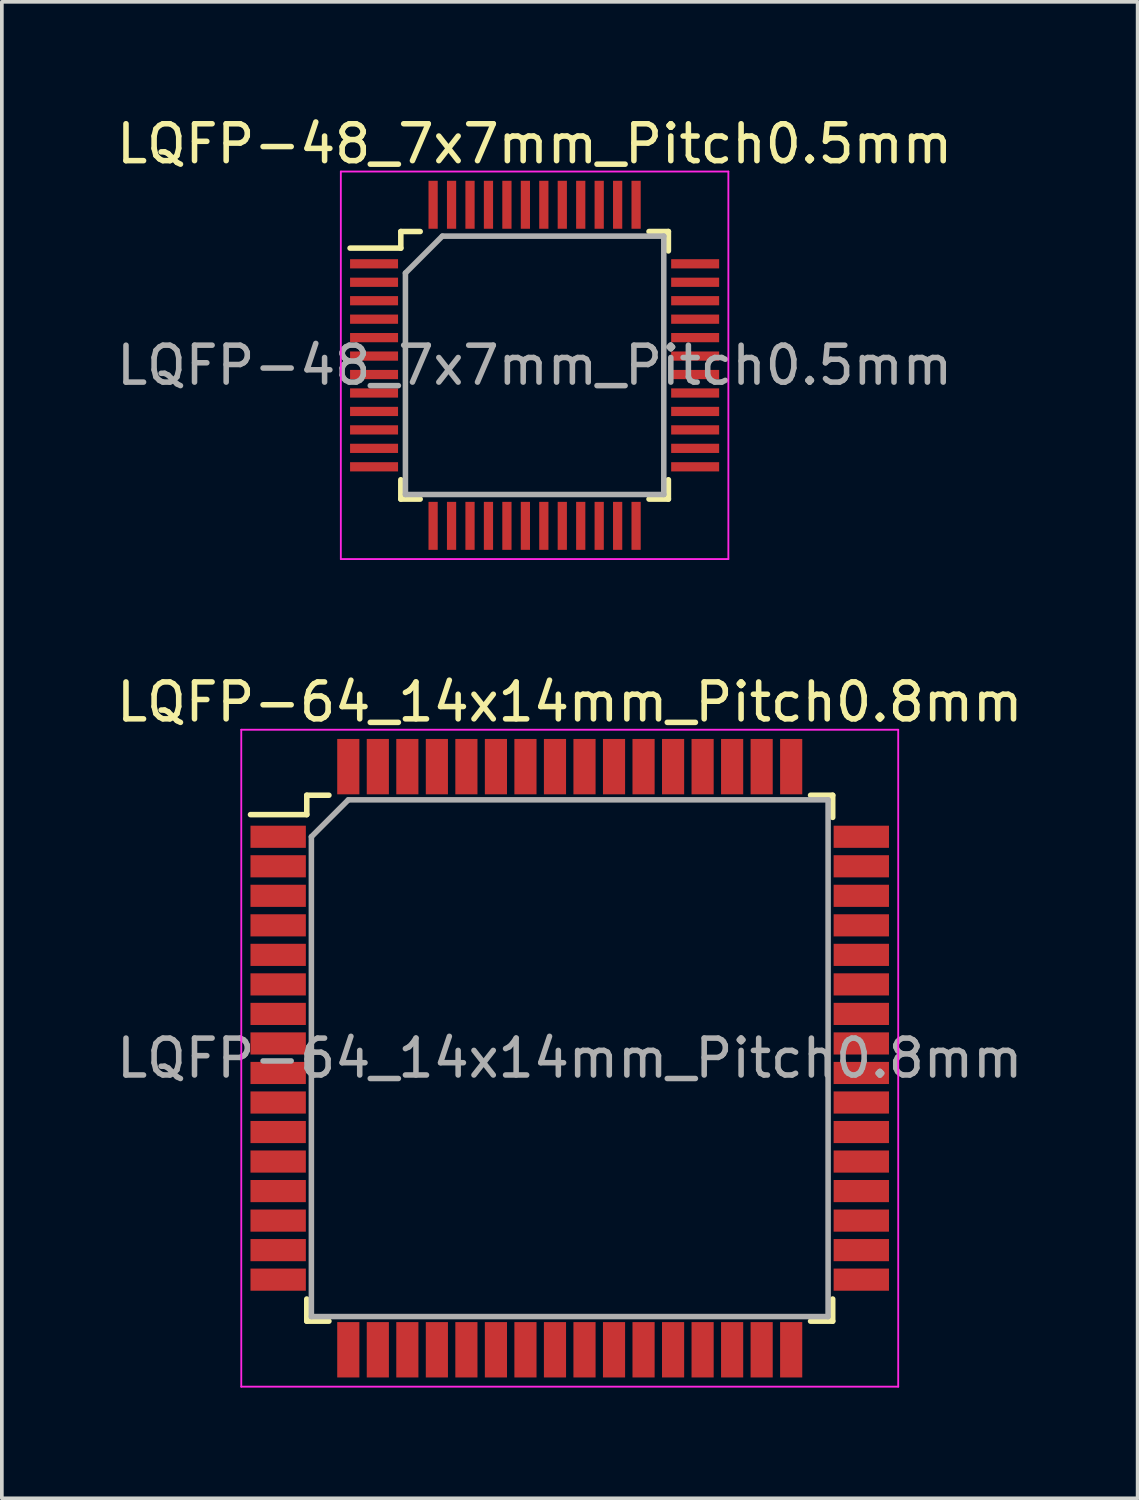
<source format=kicad_pcb>
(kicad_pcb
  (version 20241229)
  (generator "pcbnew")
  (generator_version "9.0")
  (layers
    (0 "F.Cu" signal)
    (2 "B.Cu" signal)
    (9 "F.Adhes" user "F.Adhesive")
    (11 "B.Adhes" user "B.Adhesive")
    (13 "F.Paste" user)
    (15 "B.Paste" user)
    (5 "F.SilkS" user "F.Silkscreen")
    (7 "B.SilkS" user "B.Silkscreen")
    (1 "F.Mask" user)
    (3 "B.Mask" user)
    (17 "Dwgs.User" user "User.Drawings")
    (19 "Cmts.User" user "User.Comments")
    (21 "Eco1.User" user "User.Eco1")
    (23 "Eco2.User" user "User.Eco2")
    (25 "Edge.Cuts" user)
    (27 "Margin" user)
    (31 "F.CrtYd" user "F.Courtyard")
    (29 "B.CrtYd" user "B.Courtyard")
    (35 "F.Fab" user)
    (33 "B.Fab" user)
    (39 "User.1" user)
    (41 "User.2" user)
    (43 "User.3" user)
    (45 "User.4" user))
  (footprint "LQFP-48_7x7mm_Pitch0.5mm"
    (layer "F.Cu")
    (at 11.435 6.848)
    (property "Reference" "LQFP-48_7x7mm_Pitch0.5mm" (at 0 -6 0) (layer "F.SilkS") (effects (font (size 1 1) (thickness 0.15))))
    (attr smd)
    (fp_line (start -3.625 -3.625) (end -3.625 -3.175) (stroke (width 0.15) (type solid)) (layer "F.SilkS"))
    (fp_line (start -3.625 -3.625) (end -3.1 -3.625) (stroke (width 0.15) (type solid)) (layer "F.SilkS"))
    (fp_line (start -3.625 -3.175) (end -5 -3.175) (stroke (width 0.15) (type solid)) (layer "F.SilkS"))
    (fp_line (start -3.625 3.625) (end -3.625 3.1) (stroke (width 0.15) (type solid)) (layer "F.SilkS"))
    (fp_line (start -3.625 3.625) (end -3.1 3.625) (stroke (width 0.15) (type solid)) (layer "F.SilkS"))
    (fp_line (start 3.625 -3.625) (end 3.1 -3.625) (stroke (width 0.15) (type solid)) (layer "F.SilkS"))
    (fp_line (start 3.625 -3.625) (end 3.625 -3.1) (stroke (width 0.15) (type solid)) (layer "F.SilkS"))
    (fp_line (start 3.625 3.625) (end 3.1 3.625) (stroke (width 0.15) (type solid)) (layer "F.SilkS"))
    (fp_line (start 3.625 3.625) (end 3.625 3.1) (stroke (width 0.15) (type solid)) (layer "F.SilkS"))
    (fp_line (start -5.25 -5.25) (end -5.25 5.25) (stroke (width 0.05) (type solid)) (layer "F.CrtYd"))
    (fp_line (start -5.25 -5.25) (end 5.25 -5.25) (stroke (width 0.05) (type solid)) (layer "F.CrtYd"))
    (fp_line (start -5.25 5.25) (end 5.25 5.25) (stroke (width 0.05) (type solid)) (layer "F.CrtYd"))
    (fp_line (start 5.25 -5.25) (end 5.25 5.25) (stroke (width 0.05) (type solid)) (layer "F.CrtYd"))
    (fp_line (start -3.5 -2.5) (end -2.5 -3.5) (stroke (width 0.15) (type solid)) (layer "F.Fab"))
    (fp_line (start -3.5 3.5) (end -3.5 -2.5) (stroke (width 0.15) (type solid)) (layer "F.Fab"))
    (fp_line (start -2.5 -3.5) (end 3.5 -3.5) (stroke (width 0.15) (type solid)) (layer "F.Fab"))
    (fp_line (start 3.5 -3.5) (end 3.5 3.5) (stroke (width 0.15) (type solid)) (layer "F.Fab"))
    (fp_line (start 3.5 3.5) (end -3.5 3.5) (stroke (width 0.15) (type solid)) (layer "F.Fab"))
    (fp_text user "${REFERENCE}" (at 0 0 0) (layer "F.Fab") (effects (font (size 1 1) (thickness 0.15))))
    (pad "1" smd rect (at -4.35 -2.75) (size 1.3 0.25) (layers "F.Cu" "F.Mask" "F.Paste"))
    (pad "2" smd rect (at -4.35 -2.25) (size 1.3 0.25) (layers "F.Cu" "F.Mask" "F.Paste"))
    (pad "3" smd rect (at -4.35 -1.75) (size 1.3 0.25) (layers "F.Cu" "F.Mask" "F.Paste"))
    (pad "4" smd rect (at -4.35 -1.25) (size 1.3 0.25) (layers "F.Cu" "F.Mask" "F.Paste"))
    (pad "5" smd rect (at -4.35 -0.75) (size 1.3 0.25) (layers "F.Cu" "F.Mask" "F.Paste"))
    (pad "6" smd rect (at -4.35 -0.25) (size 1.3 0.25) (layers "F.Cu" "F.Mask" "F.Paste"))
    (pad "7" smd rect (at -4.35 0.25) (size 1.3 0.25) (layers "F.Cu" "F.Mask" "F.Paste"))
    (pad "8" smd rect (at -4.35 0.75) (size 1.3 0.25) (layers "F.Cu" "F.Mask" "F.Paste"))
    (pad "9" smd rect (at -4.35 1.25) (size 1.3 0.25) (layers "F.Cu" "F.Mask" "F.Paste"))
    (pad "10" smd rect (at -4.35 1.75) (size 1.3 0.25) (layers "F.Cu" "F.Mask" "F.Paste"))
    (pad "11" smd rect (at -4.35 2.25) (size 1.3 0.25) (layers "F.Cu" "F.Mask" "F.Paste"))
    (pad "12" smd rect (at -4.35 2.75) (size 1.3 0.25) (layers "F.Cu" "F.Mask" "F.Paste"))
    (pad "13" smd rect (at -2.75 4.35 90) (size 1.3 0.25) (layers "F.Cu" "F.Mask" "F.Paste"))
    (pad "14" smd rect (at -2.25 4.35 90) (size 1.3 0.25) (layers "F.Cu" "F.Mask" "F.Paste"))
    (pad "15" smd rect (at -1.75 4.35 90) (size 1.3 0.25) (layers "F.Cu" "F.Mask" "F.Paste"))
    (pad "16" smd rect (at -1.25 4.35 90) (size 1.3 0.25) (layers "F.Cu" "F.Mask" "F.Paste"))
    (pad "17" smd rect (at -0.75 4.35 90) (size 1.3 0.25) (layers "F.Cu" "F.Mask" "F.Paste"))
    (pad "18" smd rect (at -0.25 4.35 90) (size 1.3 0.25) (layers "F.Cu" "F.Mask" "F.Paste"))
    (pad "19" smd rect (at 0.25 4.35 90) (size 1.3 0.25) (layers "F.Cu" "F.Mask" "F.Paste"))
    (pad "20" smd rect (at 0.75 4.35 90) (size 1.3 0.25) (layers "F.Cu" "F.Mask" "F.Paste"))
    (pad "21" smd rect (at 1.25 4.35 90) (size 1.3 0.25) (layers "F.Cu" "F.Mask" "F.Paste"))
    (pad "22" smd rect (at 1.75 4.35 90) (size 1.3 0.25) (layers "F.Cu" "F.Mask" "F.Paste"))
    (pad "23" smd rect (at 2.25 4.35 90) (size 1.3 0.25) (layers "F.Cu" "F.Mask" "F.Paste"))
    (pad "24" smd rect (at 2.75 4.35 90) (size 1.3 0.25) (layers "F.Cu" "F.Mask" "F.Paste"))
    (pad "25" smd rect (at 4.35 2.75) (size 1.3 0.25) (layers "F.Cu" "F.Mask" "F.Paste"))
    (pad "26" smd rect (at 4.35 2.25) (size 1.3 0.25) (layers "F.Cu" "F.Mask" "F.Paste"))
    (pad "27" smd rect (at 4.35 1.75) (size 1.3 0.25) (layers "F.Cu" "F.Mask" "F.Paste"))
    (pad "28" smd rect (at 4.35 1.25) (size 1.3 0.25) (layers "F.Cu" "F.Mask" "F.Paste"))
    (pad "29" smd rect (at 4.35 0.75) (size 1.3 0.25) (layers "F.Cu" "F.Mask" "F.Paste"))
    (pad "30" smd rect (at 4.35 0.25) (size 1.3 0.25) (layers "F.Cu" "F.Mask" "F.Paste"))
    (pad "31" smd rect (at 4.35 -0.25) (size 1.3 0.25) (layers "F.Cu" "F.Mask" "F.Paste"))
    (pad "32" smd rect (at 4.35 -0.75) (size 1.3 0.25) (layers "F.Cu" "F.Mask" "F.Paste"))
    (pad "33" smd rect (at 4.35 -1.25) (size 1.3 0.25) (layers "F.Cu" "F.Mask" "F.Paste"))
    (pad "34" smd rect (at 4.35 -1.75) (size 1.3 0.25) (layers "F.Cu" "F.Mask" "F.Paste"))
    (pad "35" smd rect (at 4.35 -2.25) (size 1.3 0.25) (layers "F.Cu" "F.Mask" "F.Paste"))
    (pad "36" smd rect (at 4.35 -2.75) (size 1.3 0.25) (layers "F.Cu" "F.Mask" "F.Paste"))
    (pad "37" smd rect (at 2.75 -4.35 90) (size 1.3 0.25) (layers "F.Cu" "F.Mask" "F.Paste"))
    (pad "38" smd rect (at 2.25 -4.35 90) (size 1.3 0.25) (layers "F.Cu" "F.Mask" "F.Paste"))
    (pad "39" smd rect (at 1.75 -4.35 90) (size 1.3 0.25) (layers "F.Cu" "F.Mask" "F.Paste"))
    (pad "40" smd rect (at 1.25 -4.35 90) (size 1.3 0.25) (layers "F.Cu" "F.Mask" "F.Paste"))
    (pad "41" smd rect (at 0.75 -4.35 90) (size 1.3 0.25) (layers "F.Cu" "F.Mask" "F.Paste"))
    (pad "42" smd rect (at 0.25 -4.35 90) (size 1.3 0.25) (layers "F.Cu" "F.Mask" "F.Paste"))
    (pad "43" smd rect (at -0.25 -4.35 90) (size 1.3 0.25) (layers "F.Cu" "F.Mask" "F.Paste"))
    (pad "44" smd rect (at -0.75 -4.35 90) (size 1.3 0.25) (layers "F.Cu" "F.Mask" "F.Paste"))
    (pad "45" smd rect (at -1.25 -4.35 90) (size 1.3 0.25) (layers "F.Cu" "F.Mask" "F.Paste"))
    (pad "46" smd rect (at -1.75 -4.35 90) (size 1.3 0.25) (layers "F.Cu" "F.Mask" "F.Paste"))
    (pad "47" smd rect (at -2.25 -4.35 90) (size 1.3 0.25) (layers "F.Cu" "F.Mask" "F.Paste"))
    (pad "48" smd rect (at -2.75 -4.35 90) (size 1.3 0.25) (layers "F.Cu" "F.Mask" "F.Paste")))
  (footprint "LQFP-64_14x14mm_Pitch0.8mm"
    (layer "F.Cu")
    (at 12.387 25.622)
    (property "Reference" "LQFP-64_14x14mm_Pitch0.8mm" (at 0 -9.65 0) (layer "F.SilkS") (effects (font (size 1 1) (thickness 0.15))))
    (attr smd)
    (fp_line (start -7.125 -7.125) (end -7.125 -6.6) (stroke (width 0.15) (type solid)) (layer "F.SilkS"))
    (fp_line (start -7.125 -7.125) (end -6.525 -7.125) (stroke (width 0.15) (type solid)) (layer "F.SilkS"))
    (fp_line (start -7.125 -6.6) (end -8.65 -6.6) (stroke (width 0.15) (type solid)) (layer "F.SilkS"))
    (fp_line (start -7.125 7.125) (end -7.125 6.525) (stroke (width 0.15) (type solid)) (layer "F.SilkS"))
    (fp_line (start -7.125 7.125) (end -6.525 7.125) (stroke (width 0.15) (type solid)) (layer "F.SilkS"))
    (fp_line (start 7.125 -7.125) (end 6.525 -7.125) (stroke (width 0.15) (type solid)) (layer "F.SilkS"))
    (fp_line (start 7.125 -7.125) (end 7.125 -6.525) (stroke (width 0.15) (type solid)) (layer "F.SilkS"))
    (fp_line (start 7.125 7.125) (end 6.525 7.125) (stroke (width 0.15) (type solid)) (layer "F.SilkS"))
    (fp_line (start 7.125 7.125) (end 7.125 6.525) (stroke (width 0.15) (type solid)) (layer "F.SilkS"))
    (fp_line (start -8.9 -8.9) (end -8.9 8.9) (stroke (width 0.05) (type solid)) (layer "F.CrtYd"))
    (fp_line (start -8.9 -8.9) (end 8.9 -8.9) (stroke (width 0.05) (type solid)) (layer "F.CrtYd"))
    (fp_line (start -8.9 8.9) (end 8.9 8.9) (stroke (width 0.05) (type solid)) (layer "F.CrtYd"))
    (fp_line (start 8.9 -8.9) (end 8.9 8.9) (stroke (width 0.05) (type solid)) (layer "F.CrtYd"))
    (fp_line (start -7 -6) (end -6 -7) (stroke (width 0.15) (type solid)) (layer "F.Fab"))
    (fp_line (start -7 7) (end -7 -6) (stroke (width 0.15) (type solid)) (layer "F.Fab"))
    (fp_line (start -6 -7) (end 7 -7) (stroke (width 0.15) (type solid)) (layer "F.Fab"))
    (fp_line (start 7 -7) (end 7 7) (stroke (width 0.15) (type solid)) (layer "F.Fab"))
    (fp_line (start 7 7) (end -7 7) (stroke (width 0.15) (type solid)) (layer "F.Fab"))
    (fp_text user "${REFERENCE}" (at 0 0 0) (layer "F.Fab") (effects (font (size 1 1) (thickness 0.15))))
    (pad "1" smd rect (at -7.9 -6) (size 1.5 0.6) (layers "F.Cu" "F.Mask" "F.Paste"))
    (pad "2" smd rect (at -7.9 -5.2) (size 1.5 0.6) (layers "F.Cu" "F.Mask" "F.Paste"))
    (pad "3" smd rect (at -7.9 -4.4) (size 1.5 0.6) (layers "F.Cu" "F.Mask" "F.Paste"))
    (pad "4" smd rect (at -7.9 -3.6) (size 1.5 0.6) (layers "F.Cu" "F.Mask" "F.Paste"))
    (pad "5" smd rect (at -7.9 -2.8) (size 1.5 0.6) (layers "F.Cu" "F.Mask" "F.Paste"))
    (pad "6" smd rect (at -7.9 -2) (size 1.5 0.6) (layers "F.Cu" "F.Mask" "F.Paste"))
    (pad "7" smd rect (at -7.9 -1.2) (size 1.5 0.6) (layers "F.Cu" "F.Mask" "F.Paste"))
    (pad "8" smd rect (at -7.9 -0.4) (size 1.5 0.6) (layers "F.Cu" "F.Mask" "F.Paste"))
    (pad "9" smd rect (at -7.9 0.4) (size 1.5 0.6) (layers "F.Cu" "F.Mask" "F.Paste"))
    (pad "10" smd rect (at -7.9 1.2) (size 1.5 0.6) (layers "F.Cu" "F.Mask" "F.Paste"))
    (pad "11" smd rect (at -7.9 2) (size 1.5 0.6) (layers "F.Cu" "F.Mask" "F.Paste"))
    (pad "12" smd rect (at -7.9 2.8) (size 1.5 0.6) (layers "F.Cu" "F.Mask" "F.Paste"))
    (pad "13" smd rect (at -7.9 3.6) (size 1.5 0.6) (layers "F.Cu" "F.Mask" "F.Paste"))
    (pad "14" smd rect (at -7.9 4.4) (size 1.5 0.6) (layers "F.Cu" "F.Mask" "F.Paste"))
    (pad "15" smd rect (at -7.9 5.2) (size 1.5 0.6) (layers "F.Cu" "F.Mask" "F.Paste"))
    (pad "16" smd rect (at -7.9 6) (size 1.5 0.6) (layers "F.Cu" "F.Mask" "F.Paste"))
    (pad "17" smd rect (at -6 7.9 90) (size 1.5 0.6) (layers "F.Cu" "F.Mask" "F.Paste"))
    (pad "18" smd rect (at -5.2 7.9 90) (size 1.5 0.6) (layers "F.Cu" "F.Mask" "F.Paste"))
    (pad "19" smd rect (at -4.4 7.9 90) (size 1.5 0.6) (layers "F.Cu" "F.Mask" "F.Paste"))
    (pad "20" smd rect (at -3.6 7.9 90) (size 1.5 0.6) (layers "F.Cu" "F.Mask" "F.Paste"))
    (pad "21" smd rect (at -2.8 7.9 90) (size 1.5 0.6) (layers "F.Cu" "F.Mask" "F.Paste"))
    (pad "22" smd rect (at -2 7.9 90) (size 1.5 0.6) (layers "F.Cu" "F.Mask" "F.Paste"))
    (pad "23" smd rect (at -1.2 7.9 90) (size 1.5 0.6) (layers "F.Cu" "F.Mask" "F.Paste"))
    (pad "24" smd rect (at -0.4 7.9 90) (size 1.5 0.6) (layers "F.Cu" "F.Mask" "F.Paste"))
    (pad "25" smd rect (at 0.4 7.9 90) (size 1.5 0.6) (layers "F.Cu" "F.Mask" "F.Paste"))
    (pad "26" smd rect (at 1.2 7.9 90) (size 1.5 0.6) (layers "F.Cu" "F.Mask" "F.Paste"))
    (pad "27" smd rect (at 2 7.9 90) (size 1.5 0.6) (layers "F.Cu" "F.Mask" "F.Paste"))
    (pad "28" smd rect (at 2.8 7.9 90) (size 1.5 0.6) (layers "F.Cu" "F.Mask" "F.Paste"))
    (pad "29" smd rect (at 3.6 7.9 90) (size 1.5 0.6) (layers "F.Cu" "F.Mask" "F.Paste"))
    (pad "30" smd rect (at 4.4 7.9 90) (size 1.5 0.6) (layers "F.Cu" "F.Mask" "F.Paste"))
    (pad "31" smd rect (at 5.2 7.9 90) (size 1.5 0.6) (layers "F.Cu" "F.Mask" "F.Paste"))
    (pad "32" smd rect (at 6 7.9 90) (size 1.5 0.6) (layers "F.Cu" "F.Mask" "F.Paste"))
    (pad "33" smd rect (at 7.9 6) (size 1.5 0.6) (layers "F.Cu" "F.Mask" "F.Paste"))
    (pad "34" smd rect (at 7.9 5.2) (size 1.5 0.6) (layers "F.Cu" "F.Mask" "F.Paste"))
    (pad "35" smd rect (at 7.9 4.4) (size 1.5 0.6) (layers "F.Cu" "F.Mask" "F.Paste"))
    (pad "36" smd rect (at 7.9 3.6) (size 1.5 0.6) (layers "F.Cu" "F.Mask" "F.Paste"))
    (pad "37" smd rect (at 7.9 2.8) (size 1.5 0.6) (layers "F.Cu" "F.Mask" "F.Paste"))
    (pad "38" smd rect (at 7.9 2) (size 1.5 0.6) (layers "F.Cu" "F.Mask" "F.Paste"))
    (pad "39" smd rect (at 7.9 1.2) (size 1.5 0.6) (layers "F.Cu" "F.Mask" "F.Paste"))
    (pad "40" smd rect (at 7.9 0.4) (size 1.5 0.6) (layers "F.Cu" "F.Mask" "F.Paste"))
    (pad "41" smd rect (at 7.9 -0.4) (size 1.5 0.6) (layers "F.Cu" "F.Mask" "F.Paste"))
    (pad "42" smd rect (at 7.9 -1.2) (size 1.5 0.6) (layers "F.Cu" "F.Mask" "F.Paste"))
    (pad "43" smd rect (at 7.9 -2) (size 1.5 0.6) (layers "F.Cu" "F.Mask" "F.Paste"))
    (pad "44" smd rect (at 7.9 -2.8) (size 1.5 0.6) (layers "F.Cu" "F.Mask" "F.Paste"))
    (pad "45" smd rect (at 7.9 -3.6) (size 1.5 0.6) (layers "F.Cu" "F.Mask" "F.Paste"))
    (pad "46" smd rect (at 7.9 -4.4) (size 1.5 0.6) (layers "F.Cu" "F.Mask" "F.Paste"))
    (pad "47" smd rect (at 7.9 -5.2) (size 1.5 0.6) (layers "F.Cu" "F.Mask" "F.Paste"))
    (pad "48" smd rect (at 7.9 -6) (size 1.5 0.6) (layers "F.Cu" "F.Mask" "F.Paste"))
    (pad "49" smd rect (at 6 -7.9 90) (size 1.5 0.6) (layers "F.Cu" "F.Mask" "F.Paste"))
    (pad "50" smd rect (at 5.2 -7.9 90) (size 1.5 0.6) (layers "F.Cu" "F.Mask" "F.Paste"))
    (pad "51" smd rect (at 4.4 -7.9 90) (size 1.5 0.6) (layers "F.Cu" "F.Mask" "F.Paste"))
    (pad "52" smd rect (at 3.6 -7.9 90) (size 1.5 0.6) (layers "F.Cu" "F.Mask" "F.Paste"))
    (pad "53" smd rect (at 2.8 -7.9 90) (size 1.5 0.6) (layers "F.Cu" "F.Mask" "F.Paste"))
    (pad "54" smd rect (at 2 -7.9 90) (size 1.5 0.6) (layers "F.Cu" "F.Mask" "F.Paste"))
    (pad "55" smd rect (at 1.2 -7.9 90) (size 1.5 0.6) (layers "F.Cu" "F.Mask" "F.Paste"))
    (pad "56" smd rect (at 0.4 -7.9 90) (size 1.5 0.6) (layers "F.Cu" "F.Mask" "F.Paste"))
    (pad "57" smd rect (at -0.4 -7.9 90) (size 1.5 0.6) (layers "F.Cu" "F.Mask" "F.Paste"))
    (pad "58" smd rect (at -1.2 -7.9 90) (size 1.5 0.6) (layers "F.Cu" "F.Mask" "F.Paste"))
    (pad "59" smd rect (at -2 -7.9 90) (size 1.5 0.6) (layers "F.Cu" "F.Mask" "F.Paste"))
    (pad "60" smd rect (at -2.8 -7.9 90) (size 1.5 0.6) (layers "F.Cu" "F.Mask" "F.Paste"))
    (pad "61" smd rect (at -3.6 -7.9 90) (size 1.5 0.6) (layers "F.Cu" "F.Mask" "F.Paste"))
    (pad "62" smd rect (at -4.4 -7.9 90) (size 1.5 0.6) (layers "F.Cu" "F.Mask" "F.Paste"))
    (pad "63" smd rect (at -5.2 -7.9 90) (size 1.5 0.6) (layers "F.Cu" "F.Mask" "F.Paste"))
    (pad "64" smd rect (at -6 -7.9 90) (size 1.5 0.6) (layers "F.Cu" "F.Mask" "F.Paste")))
  (gr_rect
    (start -3 -3)
    (end 27.774 37.547)
    (stroke (width 0.1) (type default))
    (fill no)
    (layer "Edge.Cuts")))
</source>
